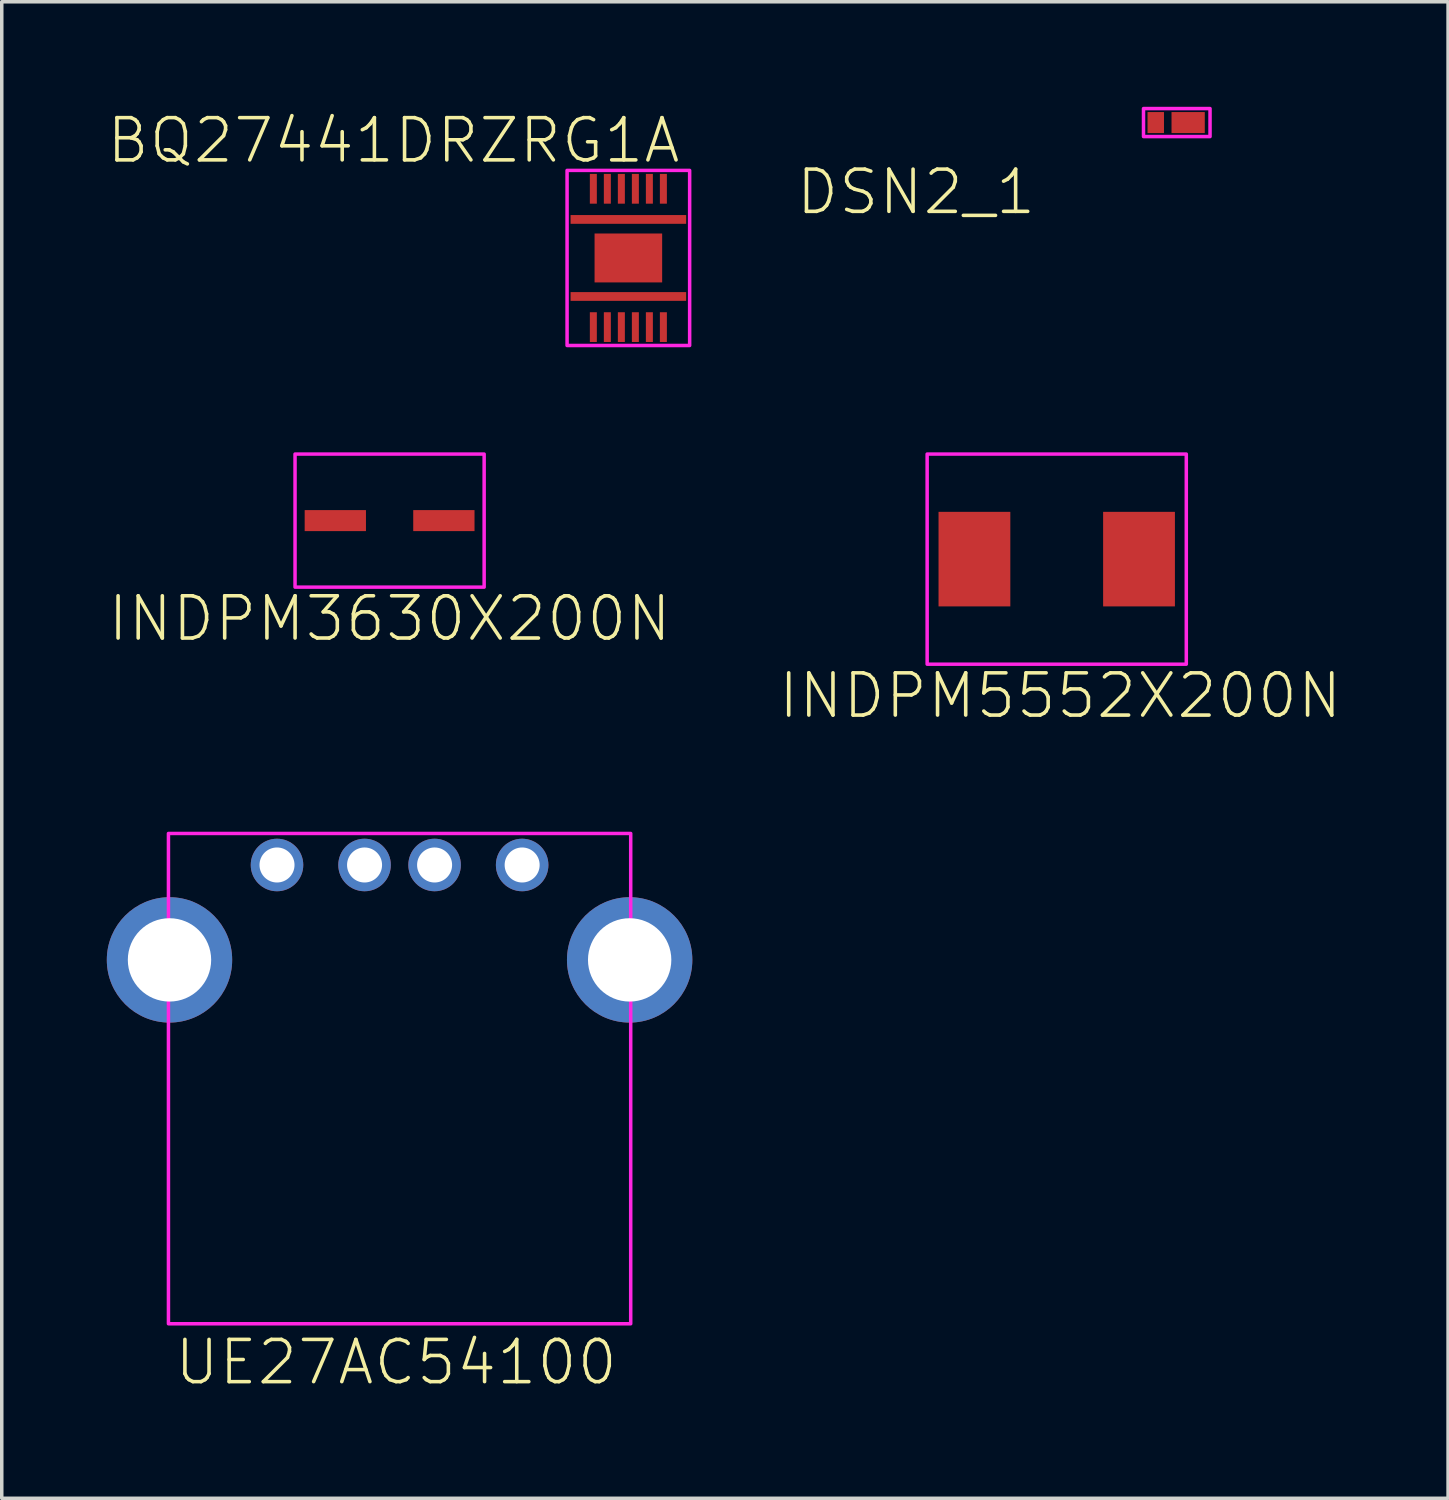
<source format=kicad_pcb>
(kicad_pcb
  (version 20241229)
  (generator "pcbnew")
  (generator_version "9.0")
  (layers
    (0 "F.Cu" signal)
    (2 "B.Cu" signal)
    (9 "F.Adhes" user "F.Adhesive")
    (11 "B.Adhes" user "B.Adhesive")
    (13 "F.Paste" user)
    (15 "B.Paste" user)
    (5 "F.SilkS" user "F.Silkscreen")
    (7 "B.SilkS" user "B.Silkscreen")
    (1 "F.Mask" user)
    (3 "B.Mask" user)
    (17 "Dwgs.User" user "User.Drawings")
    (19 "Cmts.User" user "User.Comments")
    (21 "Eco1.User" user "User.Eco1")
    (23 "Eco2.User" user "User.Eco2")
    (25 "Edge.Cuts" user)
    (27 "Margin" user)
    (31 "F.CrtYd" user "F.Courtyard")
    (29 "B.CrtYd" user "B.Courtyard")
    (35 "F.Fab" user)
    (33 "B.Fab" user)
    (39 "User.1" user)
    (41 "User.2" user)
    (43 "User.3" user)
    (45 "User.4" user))
  (footprint "UE27AC54100"
    (layer "F.Cu")
    (at 8.36 21.65)
    (property "Reference" "UE27AC54100" (at -0.1 14.2 0) (layer "F.SilkS") (effects (font (size 1.206 1.206) (thickness 0.102))))
    (attr through_hole)
    (fp_poly (pts (xy -6.6 -0.9) (xy 6.6 -0.9) (xy 6.6 13.1) (xy -6.6 13.1) (xy -6.6 -0.8)) (stroke (width 0.1) (type solid)) (fill no) (layer "F.CrtYd"))
    (pad "1" thru_hole circle (at -3.5 0) (size 1.5 1.5) (drill 1) (layers "*.Cu" "*.Mask"))
    (pad "2" thru_hole circle (at -1 0) (size 1.5 1.5) (drill 1) (layers "*.Cu" "*.Mask"))
    (pad "3" thru_hole circle (at 1 0) (size 1.5 1.5) (drill 1) (layers "*.Cu" "*.Mask"))
    (pad "4" thru_hole circle (at 3.5 0) (size 1.5 1.5) (drill 1) (layers "*.Cu" "*.Mask"))
    (pad "5" thru_hole circle (at -6.57 2.71) (size 3.58 3.58) (drill 2.38) (layers "*.Cu" "*.Mask"))
    (pad "6" thru_hole circle (at 6.57 2.71) (size 3.58 3.58) (drill 2.38) (layers "*.Cu" "*.Mask")))
  (footprint "INDPM5552X200N"
    (layer "F.Cu")
    (at 27.125 12.916)
    (property "Reference" "INDPM5552X200N" (at 0.1 3.9 0) (layer "F.SilkS") (effects (font (size 1.206 1.206) (thickness 0.102))))
    (attr through_hole)
    (fp_poly (pts (xy -3.7 -3) (xy 3.7 -3) (xy 3.7 3) (xy -3.7 3)) (stroke (width 0.1) (type solid)) (fill no) (layer "F.CrtYd"))
    (pad "1" smd rect (at -2.35 0 90) (size 2.7 2.05) (layers "F.Cu" "F.Mask" "F.Paste"))
    (pad "2" smd rect (at 2.35 0 90) (size 2.7 2.05) (layers "F.Cu" "F.Mask" "F.Paste")))
  (footprint "INDPM3630X200N"
    (layer "F.Cu")
    (at 8.075 11.816)
    (property "Reference" "INDPM3630X200N" (at 0 2.8 0) (layer "F.SilkS") (effects (font (size 1.206 1.206) (thickness 0.102))))
    (attr through_hole)
    (fp_poly (pts (xy -2.7 -1.9) (xy 2.7 -1.9) (xy 2.7 1.9) (xy -2.7 1.9)) (stroke (width 0.1) (type solid)) (fill no) (layer "F.CrtYd"))
    (pad "1" smd rect (at -1.55 0) (size 1.75 0.6) (layers "F.Cu" "F.Mask" "F.Paste"))
    (pad "2" smd rect (at 1.55 0) (size 1.75 0.6) (layers "F.Cu" "F.Mask" "F.Paste")))
  (footprint "BQ27441DRZRG1A"
    (layer "F.Cu")
    (at 14.893 4.316)
    (property "Reference" "BQ27441DRZRG1A" (at 1.544 -4.059 0) (layer "F.SilkS") (effects (font (size 1.206 1.206) (thickness 0.102)) (justify right top)))
    (attr through_hole)
    (fp_poly (pts (xy -1.75 -2.5) (xy 1.75 -2.5) (xy 1.75 2.5) (xy -1.75 2.5)) (stroke (width 0.1) (type solid)) (fill no) (layer "F.CrtYd"))
    (pad "1" smd rect (at -1 1.975 90) (size 0.85 0.2) (layers "F.Cu" "F.Mask" "F.Paste"))
    (pad "2" smd rect (at -0.6 1.975 90) (size 0.85 0.2) (layers "F.Cu" "F.Mask" "F.Paste"))
    (pad "3" smd rect (at -0.2 1.975 90) (size 0.85 0.2) (layers "F.Cu" "F.Mask" "F.Paste"))
    (pad "4" smd rect (at 0.2 1.975 90) (size 0.85 0.2) (layers "F.Cu" "F.Mask" "F.Paste"))
    (pad "5" smd rect (at 0.6 1.975 90) (size 0.85 0.2) (layers "F.Cu" "F.Mask" "F.Paste"))
    (pad "6" smd rect (at 1 1.975 90) (size 0.85 0.2) (layers "F.Cu" "F.Mask" "F.Paste"))
    (pad "7" smd rect (at 1 -1.975 90) (size 0.85 0.2) (layers "F.Cu" "F.Mask" "F.Paste"))
    (pad "8" smd rect (at 0.6 -1.975 90) (size 0.85 0.2) (layers "F.Cu" "F.Mask" "F.Paste"))
    (pad "9" smd rect (at 0.2 -1.975 90) (size 0.85 0.2) (layers "F.Cu" "F.Mask" "F.Paste"))
    (pad "10" smd rect (at -0.2 -1.975 90) (size 0.85 0.2) (layers "F.Cu" "F.Mask" "F.Paste"))
    (pad "11" smd rect (at -0.6 -1.975 90) (size 0.85 0.2) (layers "F.Cu" "F.Mask" "F.Paste"))
    (pad "12" smd rect (at -1 -1.975 90) (size 0.85 0.2) (layers "F.Cu" "F.Mask" "F.Paste"))
    (pad "13" smd custom (at 0 0 90) (size 1.397 1.93) (layers "F.Cu" "F.Mask" "F.Paste") (options (anchor rect)) (primitives))
    (pad "14" smd rect (at 0 -1.1) (size 3.3 0.25) (layers "F.Cu" "F.Mask" "F.Paste"))
    (pad "15" smd rect (at 0 1.1) (size 3.3 0.25) (layers "F.Cu" "F.Mask" "F.Paste")))
  (footprint "DSN2_1"
    (layer "F.Cu")
    (at 30.503 0.45)
    (property "Reference" "DSN2_1" (at -3.91 1.277 0) (layer "F.SilkS") (effects (font (size 1.206 1.206) (thickness 0.102)) (justify right top)))
    (attr through_hole)
    (fp_poly (pts (xy -0.9 -0.4) (xy 1 -0.4) (xy 1 0.4) (xy -0.9 0.4)) (stroke (width 0.1) (type solid)) (fill no) (layer "F.CrtYd"))
    (pad "1" smd rect (at -0.55 0 90) (size 0.6 0.47) (layers "F.Cu" "F.Mask" "F.Paste"))
    (pad "2" smd rect (at 0.375 0) (size 0.95 0.6) (layers "F.Cu" "F.Mask" "F.Paste")))
  (gr_rect
    (start -3 -3)
    (end 38.3 39.734)
    (stroke (width 0.1) (type default))
    (fill no)
    (layer "Edge.Cuts")))
</source>
